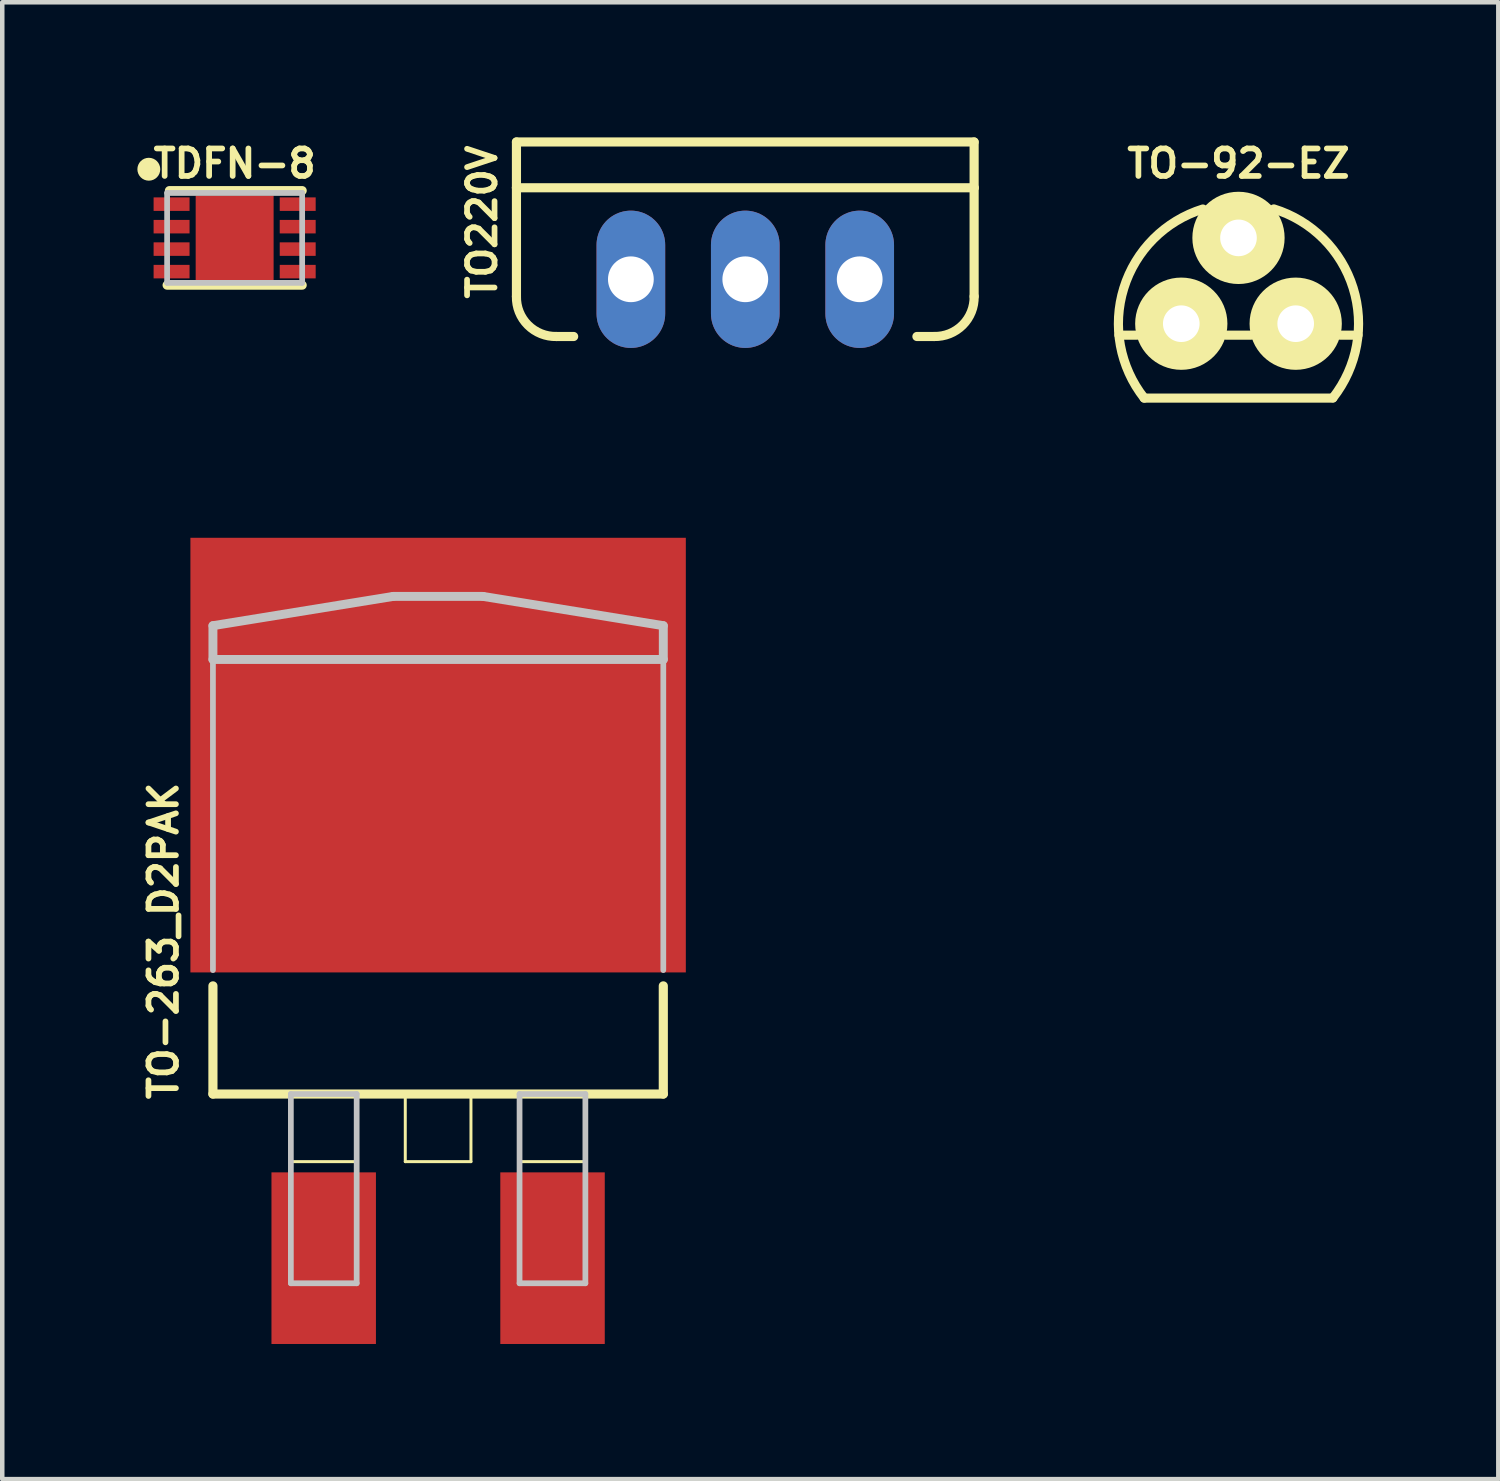
<source format=kicad_pcb>
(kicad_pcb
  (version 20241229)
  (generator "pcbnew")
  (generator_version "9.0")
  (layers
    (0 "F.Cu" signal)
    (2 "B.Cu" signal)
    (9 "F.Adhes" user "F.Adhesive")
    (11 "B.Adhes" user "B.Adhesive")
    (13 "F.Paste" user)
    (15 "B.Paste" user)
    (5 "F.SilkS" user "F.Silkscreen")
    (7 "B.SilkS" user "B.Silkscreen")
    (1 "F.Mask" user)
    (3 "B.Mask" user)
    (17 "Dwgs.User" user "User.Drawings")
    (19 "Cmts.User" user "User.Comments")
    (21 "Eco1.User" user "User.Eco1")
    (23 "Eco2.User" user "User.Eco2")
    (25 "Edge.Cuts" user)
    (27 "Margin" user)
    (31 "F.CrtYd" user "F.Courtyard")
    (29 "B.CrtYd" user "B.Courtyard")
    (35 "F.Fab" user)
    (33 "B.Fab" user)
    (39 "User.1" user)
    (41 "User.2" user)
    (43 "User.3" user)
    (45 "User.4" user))
  (footprint "TO220V"
    (layer "F.Cu")
    (at 13.495 3.15)
    (property "Reference" "TO220V" (at -5.842 -1.27 90) (layer "F.SilkS") (effects (font (size 0.61 0.61) (thickness 0.127))))
    (attr exclude_from_pos_files exclude_from_bom)
    (fp_line (start -5.08 -3.048) (end 5.08 -3.048) (stroke (width 0.066) (type solid)) (layer "F.SilkS"))
    (fp_line (start -5.08 -3.048) (end 5.08 -3.048) (stroke (width 0.203) (type solid)) (layer "F.SilkS"))
    (fp_line (start -5.08 -2.032) (end -5.08 -3.048) (stroke (width 0.066) (type solid)) (layer "F.SilkS"))
    (fp_line (start -5.08 -2.032) (end -5.08 -3.048) (stroke (width 0.203) (type solid)) (layer "F.SilkS"))
    (fp_line (start -5.08 -2.032) (end -5.08 0.381) (stroke (width 0.203) (type solid)) (layer "F.SilkS"))
    (fp_line (start -5.08 -2.032) (end 5.08 -2.032) (stroke (width 0.066) (type solid)) (layer "F.SilkS"))
    (fp_line (start -4.191 1.27) (end -3.81 1.27) (stroke (width 0.203) (type solid)) (layer "F.SilkS"))
    (fp_line (start 4.191 1.27) (end 3.81 1.27) (stroke (width 0.203) (type solid)) (layer "F.SilkS"))
    (fp_line (start 5.08 -3.048) (end 5.08 -2.032) (stroke (width 0.203) (type solid)) (layer "F.SilkS"))
    (fp_line (start 5.08 -2.032) (end -5.08 -2.032) (stroke (width 0.203) (type solid)) (layer "F.SilkS"))
    (fp_line (start 5.08 -2.032) (end 5.08 -3.048) (stroke (width 0.066) (type solid)) (layer "F.SilkS"))
    (fp_line (start 5.08 -2.032) (end 5.08 0.381) (stroke (width 0.203) (type solid)) (layer "F.SilkS"))
    (fp_arc (start -4.191 1.27) (mid -4.825845 1.01563) (end -5.079993 0.380697) (stroke (width 0.2032) (type solid)) (layer "F.SilkS"))
    (fp_arc (start 5.08 0.381) (mid 4.82563 1.015845) (end 4.190697 1.269993) (stroke (width 0.2032) (type solid)) (layer "F.SilkS"))
    (pad "1" thru_hole oval (at -2.54 0 180) (size 1.524 3.048) (drill 1.016) (layers "*.Cu" "*.Mask"))
    (pad "2" thru_hole oval (at 0 0 180) (size 1.524 3.048) (drill 1.016) (layers "*.Cu" "*.Mask"))
    (pad "3" thru_hole oval (at 2.54 0 180) (size 1.524 3.048) (drill 1.016) (layers "*.Cu" "*.Mask")))
  (footprint "TO-92-EZ"
    (layer "F.Cu")
    (at 24.444 4.136)
    (property "Reference" "TO-92-EZ" (at 0 -3.556 0) (layer "F.SilkS") (effects (font (size 0.61 0.61) (thickness 0.127))))
    (attr exclude_from_pos_files exclude_from_bom)
    (fp_line (start -2.654 0.254) (end -2.253 0.254) (stroke (width 0.203) (type solid)) (layer "F.SilkS"))
    (fp_line (start -2.093 1.651) (end 2.093 1.651) (stroke (width 0.203) (type solid)) (layer "F.SilkS"))
    (fp_line (start -0.284 0.254) (end 0.284 0.254) (stroke (width 0.203) (type solid)) (layer "F.SilkS"))
    (fp_line (start 2.253 0.254) (end 2.654 0.254) (stroke (width 0.203) (type solid)) (layer "F.SilkS"))
    (fp_arc (start -2.09296 1.651) (mid -2.546098 -0.789726) (end -0.791292 -2.545612) (stroke (width 0.2032) (type solid)) (layer "F.SilkS"))
    (fp_arc (start 0.78486 -2.54762) (mid 2.54411 -0.796164) (end 2.097139 1.645715) (stroke (width 0.2032) (type solid)) (layer "F.SilkS"))
    (fp_circle (center -1.27 0) (end -1.27 -1.024) (stroke (width 0) (type solid)) (fill yes) (layer "F.SilkS"))
    (fp_circle (center -1.27 0) (end -1.27 -0.508) (stroke (width 0) (type solid)) (fill yes) (layer "F.SilkS"))
    (fp_circle (center 0 -1.905) (end 0 -2.929) (stroke (width 0) (type solid)) (fill yes) (layer "F.SilkS"))
    (fp_circle (center 0 -1.905) (end 0 -2.413) (stroke (width 0) (type solid)) (fill yes) (layer "F.SilkS"))
    (fp_circle (center 1.27 0) (end 1.27 -1.024) (stroke (width 0) (type solid)) (fill yes) (layer "F.SilkS"))
    (fp_circle (center 1.27 0) (end 1.27 -0.508) (stroke (width 0) (type solid)) (fill yes) (layer "F.SilkS"))
    (pad "1" thru_hole circle (at -1.27 0) (size 1.88 1.88) (drill 0.813) (layers "*.Cu" "*.Mask"))
    (pad "2" thru_hole circle (at 0 -1.905) (size 1.88 1.88) (drill 0.813) (layers "*.Cu" "*.Mask"))
    (pad "3" thru_hole circle (at 1.27 0) (size 1.88 1.88) (drill 0.813) (layers "*.Cu" "*.Mask")))
  (footprint "TDFN-8"
    (layer "F.Cu")
    (at 2.159 2.231)
    (property "Reference" "TDFN-8" (at 0 -1.651 0) (layer "F.SilkS") (effects (font (size 0.61 0.61) (thickness 0.127))))
    (attr smd)
    (fp_line (start -1.499 1.049) (end 1.499 1.049) (stroke (width 0.203) (type solid)) (layer "F.SilkS"))
    (fp_line (start -1.448 -1.049) (end 1.499 -1.049) (stroke (width 0.203) (type solid)) (layer "F.SilkS"))
    (fp_circle (center -1.905 -1.524) (end -1.778 -1.524) (stroke (width 0.254) (type solid)) (fill no) (layer "F.SilkS"))
    (fp_line (start -0.254 -0.254) (end -0.254 0.254) (stroke (width 0.254) (type solid)) (layer "F.Paste"))
    (fp_line (start -0.254 -0.254) (end 0.254 -0.254) (stroke (width 0.254) (type solid)) (layer "F.Paste"))
    (fp_line (start -0.254 0) (end 0.254 0) (stroke (width 0.254) (type solid)) (layer "F.Paste"))
    (fp_line (start -0.254 0.254) (end 0.254 0.254) (stroke (width 0.254) (type solid)) (layer "F.Paste"))
    (fp_line (start 0.254 -0.254) (end 0.254 0.254) (stroke (width 0.254) (type solid)) (layer "F.Paste"))
    (fp_line (start -1.499 -0.998) (end -1.499 0.998) (stroke (width 0.127) (type solid)) (layer "Dwgs.User"))
    (fp_line (start -1.499 0.998) (end 1.499 0.998) (stroke (width 0.127) (type solid)) (layer "Dwgs.User"))
    (fp_line (start 1.499 -0.998) (end -1.499 -0.998) (stroke (width 0.127) (type solid)) (layer "Dwgs.User"))
    (fp_line (start 1.499 0.998) (end 1.499 -0.998) (stroke (width 0.127) (type solid)) (layer "Dwgs.User"))
    (pad "1" smd rect (at -1.4 -0.749) (size 0.798 0.3) (layers "F.Cu" "F.Mask" "F.Paste"))
    (pad "2" smd rect (at -1.4 -0.249) (size 0.798 0.3) (layers "F.Cu" "F.Mask" "F.Paste"))
    (pad "3" smd rect (at -1.4 0.249) (size 0.798 0.3) (layers "F.Cu" "F.Mask" "F.Paste"))
    (pad "4" smd rect (at -1.4 0.749) (size 0.798 0.3) (layers "F.Cu" "F.Mask" "F.Paste"))
    (pad "5" smd rect (at 1.4 0.749) (size 0.798 0.3) (layers "F.Cu" "F.Mask" "F.Paste"))
    (pad "6" smd rect (at 1.4 0.249) (size 0.798 0.3) (layers "F.Cu" "F.Mask" "F.Paste"))
    (pad "7" smd rect (at 1.4 -0.249) (size 0.798 0.3) (layers "F.Cu" "F.Mask" "F.Paste"))
    (pad "8" smd rect (at 1.4 -0.749) (size 0.798 0.3) (layers "F.Cu" "F.Mask" "F.Paste"))
    (pad "EP" smd rect (at 0 0) (size 1.73 1.88) (layers "F.Cu" "F.Mask")))
  (footprint "TO-263_D2PAK"
    (layer "F.Cu")
    (at 6.676 17.838)
    (property "Reference" "TO-263_D2PAK" (at -6.096 0 90) (layer "F.SilkS") (effects (font (size 0.61 0.61) (thickness 0.127))))
    (attr smd)
    (fp_line (start -4.999 3.399) (end -4.999 0.998) (stroke (width 0.203) (type solid)) (layer "F.SilkS"))
    (fp_line (start -3.269 3.399) (end -1.808 3.399) (stroke (width 0.066) (type solid)) (layer "F.SilkS"))
    (fp_line (start -3.269 4.9) (end -3.269 3.399) (stroke (width 0.066) (type solid)) (layer "F.SilkS"))
    (fp_line (start -3.269 4.9) (end -1.808 4.9) (stroke (width 0.066) (type solid)) (layer "F.SilkS"))
    (fp_line (start -1.808 4.9) (end -1.808 3.399) (stroke (width 0.066) (type solid)) (layer "F.SilkS"))
    (fp_line (start -0.729 3.399) (end 0.729 3.399) (stroke (width 0.066) (type solid)) (layer "F.SilkS"))
    (fp_line (start -0.729 4.9) (end -0.729 3.399) (stroke (width 0.066) (type solid)) (layer "F.SilkS"))
    (fp_line (start -0.729 4.9) (end 0.729 4.9) (stroke (width 0.066) (type solid)) (layer "F.SilkS"))
    (fp_line (start 0.729 4.9) (end 0.729 3.399) (stroke (width 0.066) (type solid)) (layer "F.SilkS"))
    (fp_line (start 1.808 3.399) (end 3.269 3.399) (stroke (width 0.066) (type solid)) (layer "F.SilkS"))
    (fp_line (start 1.808 4.9) (end 1.808 3.399) (stroke (width 0.066) (type solid)) (layer "F.SilkS"))
    (fp_line (start 1.808 4.9) (end 3.269 4.9) (stroke (width 0.066) (type solid)) (layer "F.SilkS"))
    (fp_line (start 3.269 4.9) (end 3.269 3.399) (stroke (width 0.066) (type solid)) (layer "F.SilkS"))
    (fp_line (start 4.999 0.998) (end 4.999 3.399) (stroke (width 0.203) (type solid)) (layer "F.SilkS"))
    (fp_line (start 4.999 3.399) (end -4.999 3.399) (stroke (width 0.203) (type solid)) (layer "F.SilkS"))
    (fp_line (start -4.999 -6.998) (end -0.998 -7.648) (stroke (width 0.198) (type solid)) (layer "Dwgs.User"))
    (fp_line (start -4.999 -6.248) (end -4.999 -6.998) (stroke (width 0.198) (type solid)) (layer "Dwgs.User"))
    (fp_line (start -4.999 -6.248) (end -4.999 0.648) (stroke (width 0.127) (type solid)) (layer "Dwgs.User"))
    (fp_line (start -3.269 3.399) (end -1.808 3.399) (stroke (width 0.066) (type solid)) (layer "Dwgs.User"))
    (fp_line (start -3.269 3.399) (end -1.808 3.399) (stroke (width 0.127) (type solid)) (layer "Dwgs.User"))
    (fp_line (start -3.269 7.6) (end -3.269 3.399) (stroke (width 0.066) (type solid)) (layer "Dwgs.User"))
    (fp_line (start -3.269 7.6) (end -3.269 3.399) (stroke (width 0.127) (type solid)) (layer "Dwgs.User"))
    (fp_line (start -3.269 7.6) (end -1.808 7.6) (stroke (width 0.066) (type solid)) (layer "Dwgs.User"))
    (fp_line (start -1.808 3.399) (end -1.808 7.6) (stroke (width 0.127) (type solid)) (layer "Dwgs.User"))
    (fp_line (start -1.808 7.6) (end -3.269 7.6) (stroke (width 0.127) (type solid)) (layer "Dwgs.User"))
    (fp_line (start -1.808 7.6) (end -1.808 3.399) (stroke (width 0.066) (type solid)) (layer "Dwgs.User"))
    (fp_line (start -0.998 -7.648) (end 0.998 -7.648) (stroke (width 0.198) (type solid)) (layer "Dwgs.User"))
    (fp_line (start 0.998 -7.648) (end 4.999 -6.998) (stroke (width 0.198) (type solid)) (layer "Dwgs.User"))
    (fp_line (start 1.808 3.399) (end 1.808 7.6) (stroke (width 0.127) (type solid)) (layer "Dwgs.User"))
    (fp_line (start 1.808 3.399) (end 3.269 3.399) (stroke (width 0.066) (type solid)) (layer "Dwgs.User"))
    (fp_line (start 1.808 7.6) (end 1.808 3.399) (stroke (width 0.066) (type solid)) (layer "Dwgs.User"))
    (fp_line (start 1.808 7.6) (end 3.269 7.6) (stroke (width 0.066) (type solid)) (layer "Dwgs.User"))
    (fp_line (start 1.808 7.6) (end 3.269 7.6) (stroke (width 0.127) (type solid)) (layer "Dwgs.User"))
    (fp_line (start 3.269 3.399) (end 1.808 3.399) (stroke (width 0.127) (type solid)) (layer "Dwgs.User"))
    (fp_line (start 3.269 7.6) (end 3.269 3.399) (stroke (width 0.066) (type solid)) (layer "Dwgs.User"))
    (fp_line (start 3.269 7.6) (end 3.269 3.399) (stroke (width 0.127) (type solid)) (layer "Dwgs.User"))
    (fp_line (start 4.999 -6.998) (end 4.999 -6.248) (stroke (width 0.198) (type solid)) (layer "Dwgs.User"))
    (fp_line (start 4.999 -6.248) (end -4.999 -6.248) (stroke (width 0.198) (type solid)) (layer "Dwgs.User"))
    (fp_line (start 4.999 0.648) (end 4.999 -6.248) (stroke (width 0.127) (type solid)) (layer "Dwgs.User"))
    (pad "1" smd rect (at -2.54 7.043) (size 2.319 3.81) (layers "F.Cu" "F.Mask" "F.Paste"))
    (pad "2" smd rect (at 0 -4.125) (size 10.998 9.649) (layers "F.Cu" "F.Mask" "F.Paste"))
    (pad "3" smd rect (at 2.54 7.043) (size 2.319 3.81) (layers "F.Cu" "F.Mask" "F.Paste")))
  (gr_rect
    (start -3 -3)
    (end 30.212 29.786)
    (stroke (width 0.1) (type default))
    (fill no)
    (layer "Edge.Cuts")))
</source>
